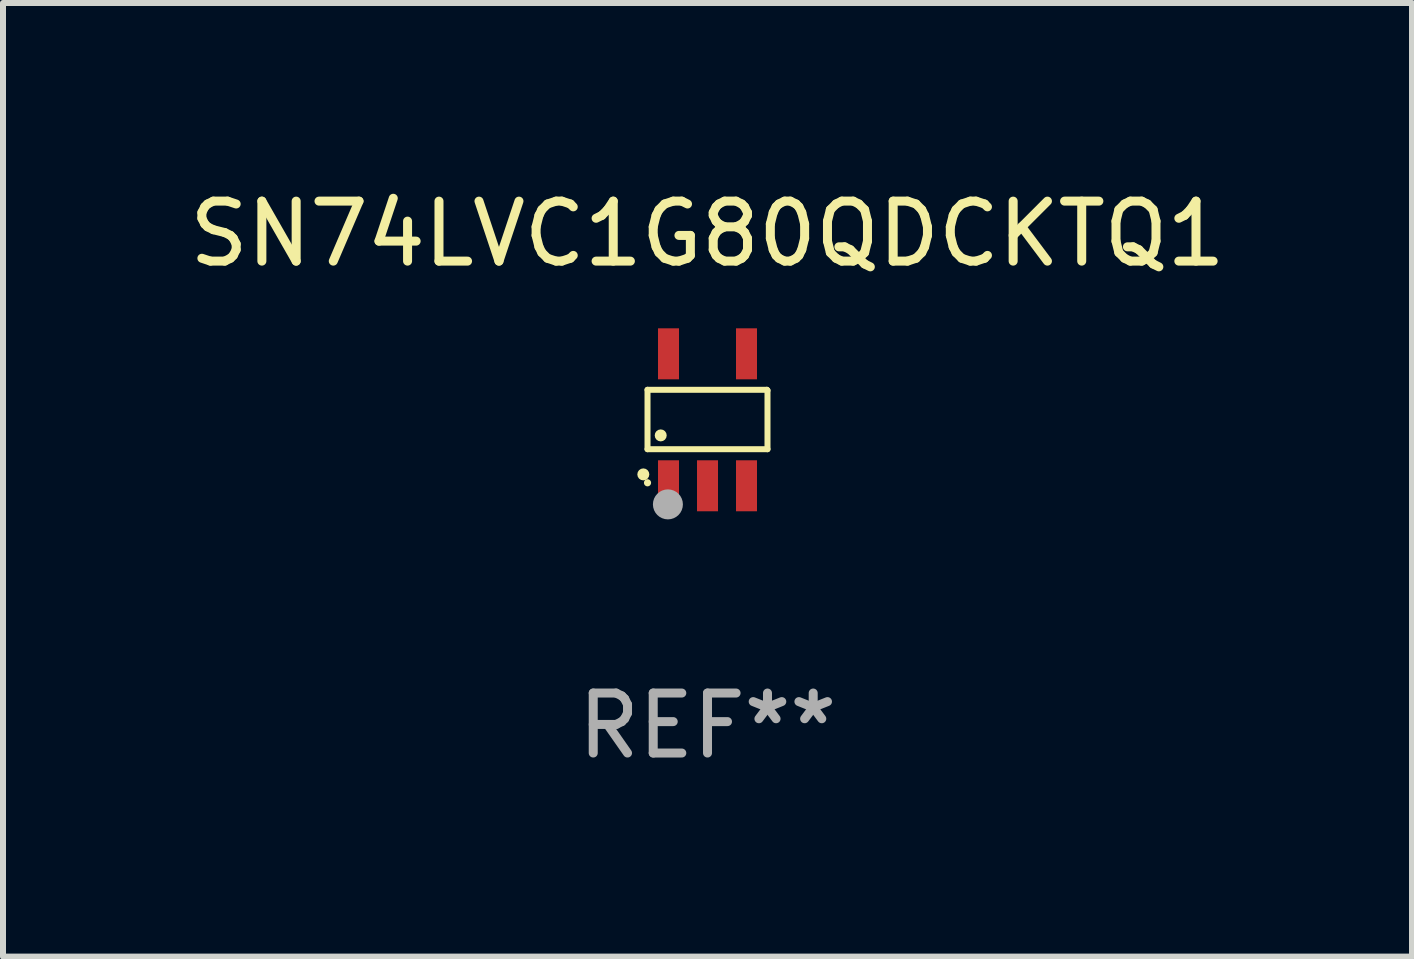
<source format=kicad_pcb>
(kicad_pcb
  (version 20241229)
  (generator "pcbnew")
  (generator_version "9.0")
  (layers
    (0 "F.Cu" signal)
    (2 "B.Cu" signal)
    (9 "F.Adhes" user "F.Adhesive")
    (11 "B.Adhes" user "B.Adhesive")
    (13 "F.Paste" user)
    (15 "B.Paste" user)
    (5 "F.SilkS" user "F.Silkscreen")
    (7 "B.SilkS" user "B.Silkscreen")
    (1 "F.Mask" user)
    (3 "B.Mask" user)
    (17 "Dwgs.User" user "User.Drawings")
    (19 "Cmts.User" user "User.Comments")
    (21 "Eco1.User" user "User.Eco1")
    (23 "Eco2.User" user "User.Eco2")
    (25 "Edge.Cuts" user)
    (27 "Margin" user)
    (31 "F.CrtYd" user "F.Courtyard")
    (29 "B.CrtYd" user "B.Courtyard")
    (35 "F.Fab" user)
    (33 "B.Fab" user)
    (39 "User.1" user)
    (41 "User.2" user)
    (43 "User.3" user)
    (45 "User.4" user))
  (footprint "SN74LVC1G80QDCKTQ1"
    (layer "F.Cu")
    (at 8.744 3.948)
    (property "Reference" "SN74LVC1G80QDCKTQ1" (at 0 -3.1 0) (layer "F.SilkS") (effects (font (size 1 1) (thickness 0.15))))
    (attr through_hole)
    (fp_line (start -1 -0.5) (end -1 0.49) (stroke (width 0.1) (type solid)) (layer "F.SilkS"))
    (fp_line (start -1 0.49) (end 1 0.49) (stroke (width 0.1) (type solid)) (layer "F.SilkS"))
    (fp_line (start 0.99 -0.5) (end -1 -0.5) (stroke (width 0.1) (type solid)) (layer "F.SilkS"))
    (fp_line (start 1 -0.49) (end 0.99 -0.5) (stroke (width 0.1) (type solid)) (layer "F.SilkS"))
    (fp_line (start 1 0.49) (end 1 -0.49) (stroke (width 0.1) (type solid)) (layer "F.SilkS"))
    (fp_circle (center -1.07 0.91) (end -1.02 0.91) (stroke (width 0.1) (type solid)) (fill no) (layer "F.SilkS"))
    (fp_circle (center -1 1.05) (end -0.97 1.05) (stroke (width 0.06) (type solid)) (fill no) (layer "F.SilkS"))
    (fp_circle (center -0.78 0.26) (end -0.73 0.26) (stroke (width 0.1) (type solid)) (fill no) (layer "F.SilkS"))
    (fp_circle (center -0.66 1.41) (end -0.535 1.41) (stroke (width 0.25) (type solid)) (fill no) (layer "F.Fab"))
    (fp_text user "REF**" (at 0 5.1 0) (layer "F.Fab") (effects (font (size 1 1) (thickness 0.15))))
    (pad "1" smd rect (at -0.65 1.1) (size 0.35 0.85) (layers "F.Cu" "F.Mask" "F.Paste"))
    (pad "2" smd rect (at 0.000051 1.1) (size 0.35 0.85) (layers "F.Cu" "F.Mask" "F.Paste"))
    (pad "3" smd rect (at 0.65 1.1) (size 0.35 0.85) (layers "F.Cu" "F.Mask" "F.Paste"))
    (pad "4" smd rect (at 0.65 -1.1) (size 0.35 0.85) (layers "F.Cu" "F.Mask" "F.Paste"))
    (pad "5" smd rect (at -0.65 -1.1) (size 0.35 0.85) (layers "F.Cu" "F.Mask" "F.Paste")))
  (gr_rect
    (start -3 -3)
    (end 20.488 12.896)
    (stroke (width 0.1) (type default))
    (fill no)
    (layer "Edge.Cuts")))
</source>
